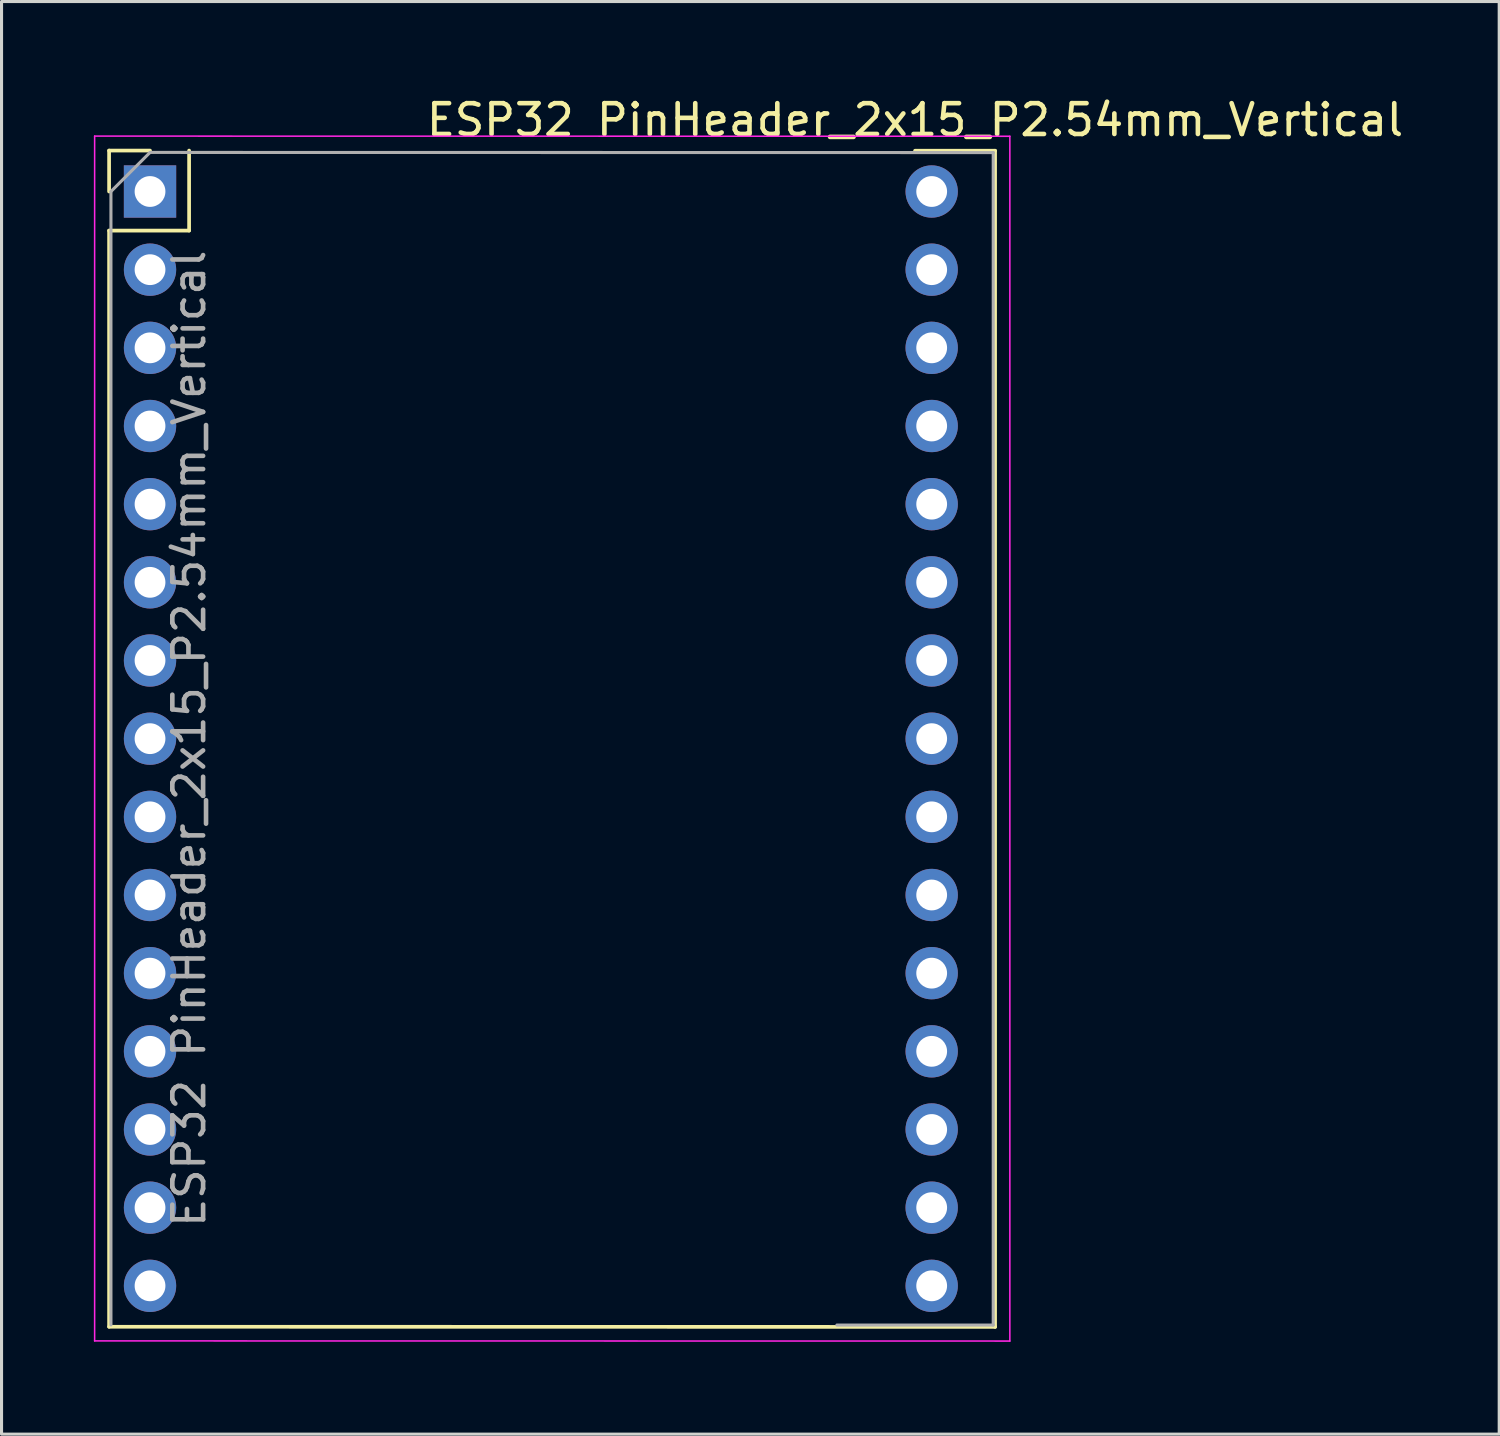
<source format=kicad_pcb>
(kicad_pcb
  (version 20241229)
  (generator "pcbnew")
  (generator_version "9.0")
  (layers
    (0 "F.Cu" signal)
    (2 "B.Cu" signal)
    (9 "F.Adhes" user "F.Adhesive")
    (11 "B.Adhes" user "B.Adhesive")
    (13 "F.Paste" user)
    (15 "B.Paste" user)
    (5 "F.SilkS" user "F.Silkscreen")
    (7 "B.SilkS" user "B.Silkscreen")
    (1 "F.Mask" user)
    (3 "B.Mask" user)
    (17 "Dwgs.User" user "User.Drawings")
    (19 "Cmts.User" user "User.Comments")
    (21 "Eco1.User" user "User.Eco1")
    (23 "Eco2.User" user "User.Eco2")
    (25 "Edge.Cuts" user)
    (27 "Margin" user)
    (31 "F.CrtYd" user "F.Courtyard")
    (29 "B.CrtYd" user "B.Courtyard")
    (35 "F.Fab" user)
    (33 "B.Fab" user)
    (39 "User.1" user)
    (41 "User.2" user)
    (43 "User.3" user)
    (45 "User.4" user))
  (footprint "ESP32 PinHeader_2x15_P2.54mm_Vertical"
    (layer "F.Cu")
    (at 1.825 3.173)
    (property "Reference" "ESP32 PinHeader_2x15_P2.54mm_Vertical" (at 24.86 -2.325 0) (layer "F.SilkS") (effects (font (size 1 1) (thickness 0.15))))
    (attr through_hole)
    (fp_line (start -1.33 -1.33) (end 0 -1.33) (stroke (width 0.12) (type solid)) (layer "F.SilkS"))
    (fp_line (start -1.33 0) (end -1.33 -1.33) (stroke (width 0.12) (type solid)) (layer "F.SilkS"))
    (fp_line (start -1.33 1.27) (end -1.33 36.89) (stroke (width 0.12) (type solid)) (layer "F.SilkS"))
    (fp_line (start -1.33 1.27) (end 1.27 1.27) (stroke (width 0.12) (type solid)) (layer "F.SilkS"))
    (fp_line (start -1.33 36.89) (end 27.46 36.895) (stroke (width 0.12) (type solid)) (layer "F.SilkS"))
    (fp_line (start 1.27 1.27) (end 1.27 -1.33) (stroke (width 0.12) (type solid)) (layer "F.SilkS"))
    (fp_line (start 24.86 -1.325) (end 27.46 -1.325) (stroke (width 0.12) (type solid)) (layer "F.SilkS"))
    (fp_line (start 27.46 -1.325) (end 27.46 36.895) (stroke (width 0.12) (type solid)) (layer "F.SilkS"))
    (fp_line (start -1.8 -1.8) (end -1.8 37.35) (stroke (width 0.05) (type solid)) (layer "F.CrtYd"))
    (fp_line (start -1.8 37.35) (end 27.94 37.355) (stroke (width 0.05) (type solid)) (layer "F.CrtYd"))
    (fp_line (start 27.94 -1.795) (end -1.8 -1.8) (stroke (width 0.05) (type solid)) (layer "F.CrtYd"))
    (fp_line (start 27.94 37.355) (end 27.94 -1.795) (stroke (width 0.05) (type solid)) (layer "F.CrtYd"))
    (fp_line (start -1.27 0) (end 0 -1.27) (stroke (width 0.1) (type solid)) (layer "F.Fab"))
    (fp_line (start -1.27 36.83) (end -1.27 0) (stroke (width 0.1) (type solid)) (layer "F.Fab"))
    (fp_line (start 0 -1.27) (end 27.4 -1.265) (stroke (width 0.1) (type solid)) (layer "F.Fab"))
    (fp_line (start 27.4 -1.265) (end 27.4 36.835) (stroke (width 0.1) (type solid)) (layer "F.Fab"))
    (fp_line (start 27.4 36.835) (end 22.32 36.835) (stroke (width 0.1) (type solid)) (layer "F.Fab"))
    (fp_text user "${REFERENCE}" (at 1.27 17.78 90) (layer "F.Fab") (effects (font (size 1 1) (thickness 0.15))))
    (pad "1" thru_hole rect (at 0 0) (size 1.7 1.7) (drill 1) (layers "*.Cu" "*.Mask"))
    (pad "2" thru_hole oval (at 25.4 0) (size 1.7 1.7) (drill 1) (layers "*.Cu" "*.Mask"))
    (pad "3" thru_hole oval (at 0 2.54) (size 1.7 1.7) (drill 1) (layers "*.Cu" "*.Mask"))
    (pad "4" thru_hole oval (at 25.4 2.54) (size 1.7 1.7) (drill 1) (layers "*.Cu" "*.Mask"))
    (pad "5" thru_hole oval (at 0 5.08) (size 1.7 1.7) (drill 1) (layers "*.Cu" "*.Mask"))
    (pad "6" thru_hole oval (at 25.4 5.08) (size 1.7 1.7) (drill 1) (layers "*.Cu" "*.Mask"))
    (pad "7" thru_hole oval (at 0 7.62) (size 1.7 1.7) (drill 1) (layers "*.Cu" "*.Mask"))
    (pad "8" thru_hole oval (at 25.4 7.62) (size 1.7 1.7) (drill 1) (layers "*.Cu" "*.Mask"))
    (pad "9" thru_hole oval (at 0 10.16) (size 1.7 1.7) (drill 1) (layers "*.Cu" "*.Mask"))
    (pad "10" thru_hole oval (at 25.4 10.16) (size 1.7 1.7) (drill 1) (layers "*.Cu" "*.Mask"))
    (pad "11" thru_hole oval (at 0 12.7) (size 1.7 1.7) (drill 1) (layers "*.Cu" "*.Mask"))
    (pad "12" thru_hole oval (at 25.4 12.7) (size 1.7 1.7) (drill 1) (layers "*.Cu" "*.Mask"))
    (pad "13" thru_hole oval (at 0 15.24) (size 1.7 1.7) (drill 1) (layers "*.Cu" "*.Mask"))
    (pad "14" thru_hole oval (at 25.4 15.24) (size 1.7 1.7) (drill 1) (layers "*.Cu" "*.Mask"))
    (pad "15" thru_hole oval (at 0 17.78) (size 1.7 1.7) (drill 1) (layers "*.Cu" "*.Mask"))
    (pad "16" thru_hole oval (at 25.4 17.78) (size 1.7 1.7) (drill 1) (layers "*.Cu" "*.Mask"))
    (pad "17" thru_hole oval (at 0 20.32) (size 1.7 1.7) (drill 1) (layers "*.Cu" "*.Mask"))
    (pad "18" thru_hole oval (at 25.4 20.32) (size 1.7 1.7) (drill 1) (layers "*.Cu" "*.Mask"))
    (pad "19" thru_hole oval (at 0 22.86) (size 1.7 1.7) (drill 1) (layers "*.Cu" "*.Mask"))
    (pad "20" thru_hole oval (at 25.4 22.86) (size 1.7 1.7) (drill 1) (layers "*.Cu" "*.Mask"))
    (pad "21" thru_hole oval (at 0 25.4) (size 1.7 1.7) (drill 1) (layers "*.Cu" "*.Mask"))
    (pad "22" thru_hole oval (at 25.4 25.4) (size 1.7 1.7) (drill 1) (layers "*.Cu" "*.Mask"))
    (pad "23" thru_hole oval (at 0 27.94) (size 1.7 1.7) (drill 1) (layers "*.Cu" "*.Mask"))
    (pad "24" thru_hole oval (at 25.4 27.94) (size 1.7 1.7) (drill 1) (layers "*.Cu" "*.Mask"))
    (pad "25" thru_hole oval (at 0 30.48) (size 1.7 1.7) (drill 1) (layers "*.Cu" "*.Mask"))
    (pad "26" thru_hole oval (at 25.4 30.48) (size 1.7 1.7) (drill 1) (layers "*.Cu" "*.Mask"))
    (pad "27" thru_hole oval (at 0 33.02) (size 1.7 1.7) (drill 1) (layers "*.Cu" "*.Mask"))
    (pad "28" thru_hole oval (at 25.4 33.02) (size 1.7 1.7) (drill 1) (layers "*.Cu" "*.Mask"))
    (pad "29" thru_hole oval (at 0 35.56) (size 1.7 1.7) (drill 1) (layers "*.Cu" "*.Mask"))
    (pad "30" thru_hole oval (at 25.4 35.56) (size 1.7 1.7) (drill 1) (layers "*.Cu" "*.Mask")))
  (gr_rect
    (start -3 -3)
    (end 45.667 43.553)
    (stroke (width 0.1) (type default))
    (fill no)
    (layer "Edge.Cuts")))
</source>
